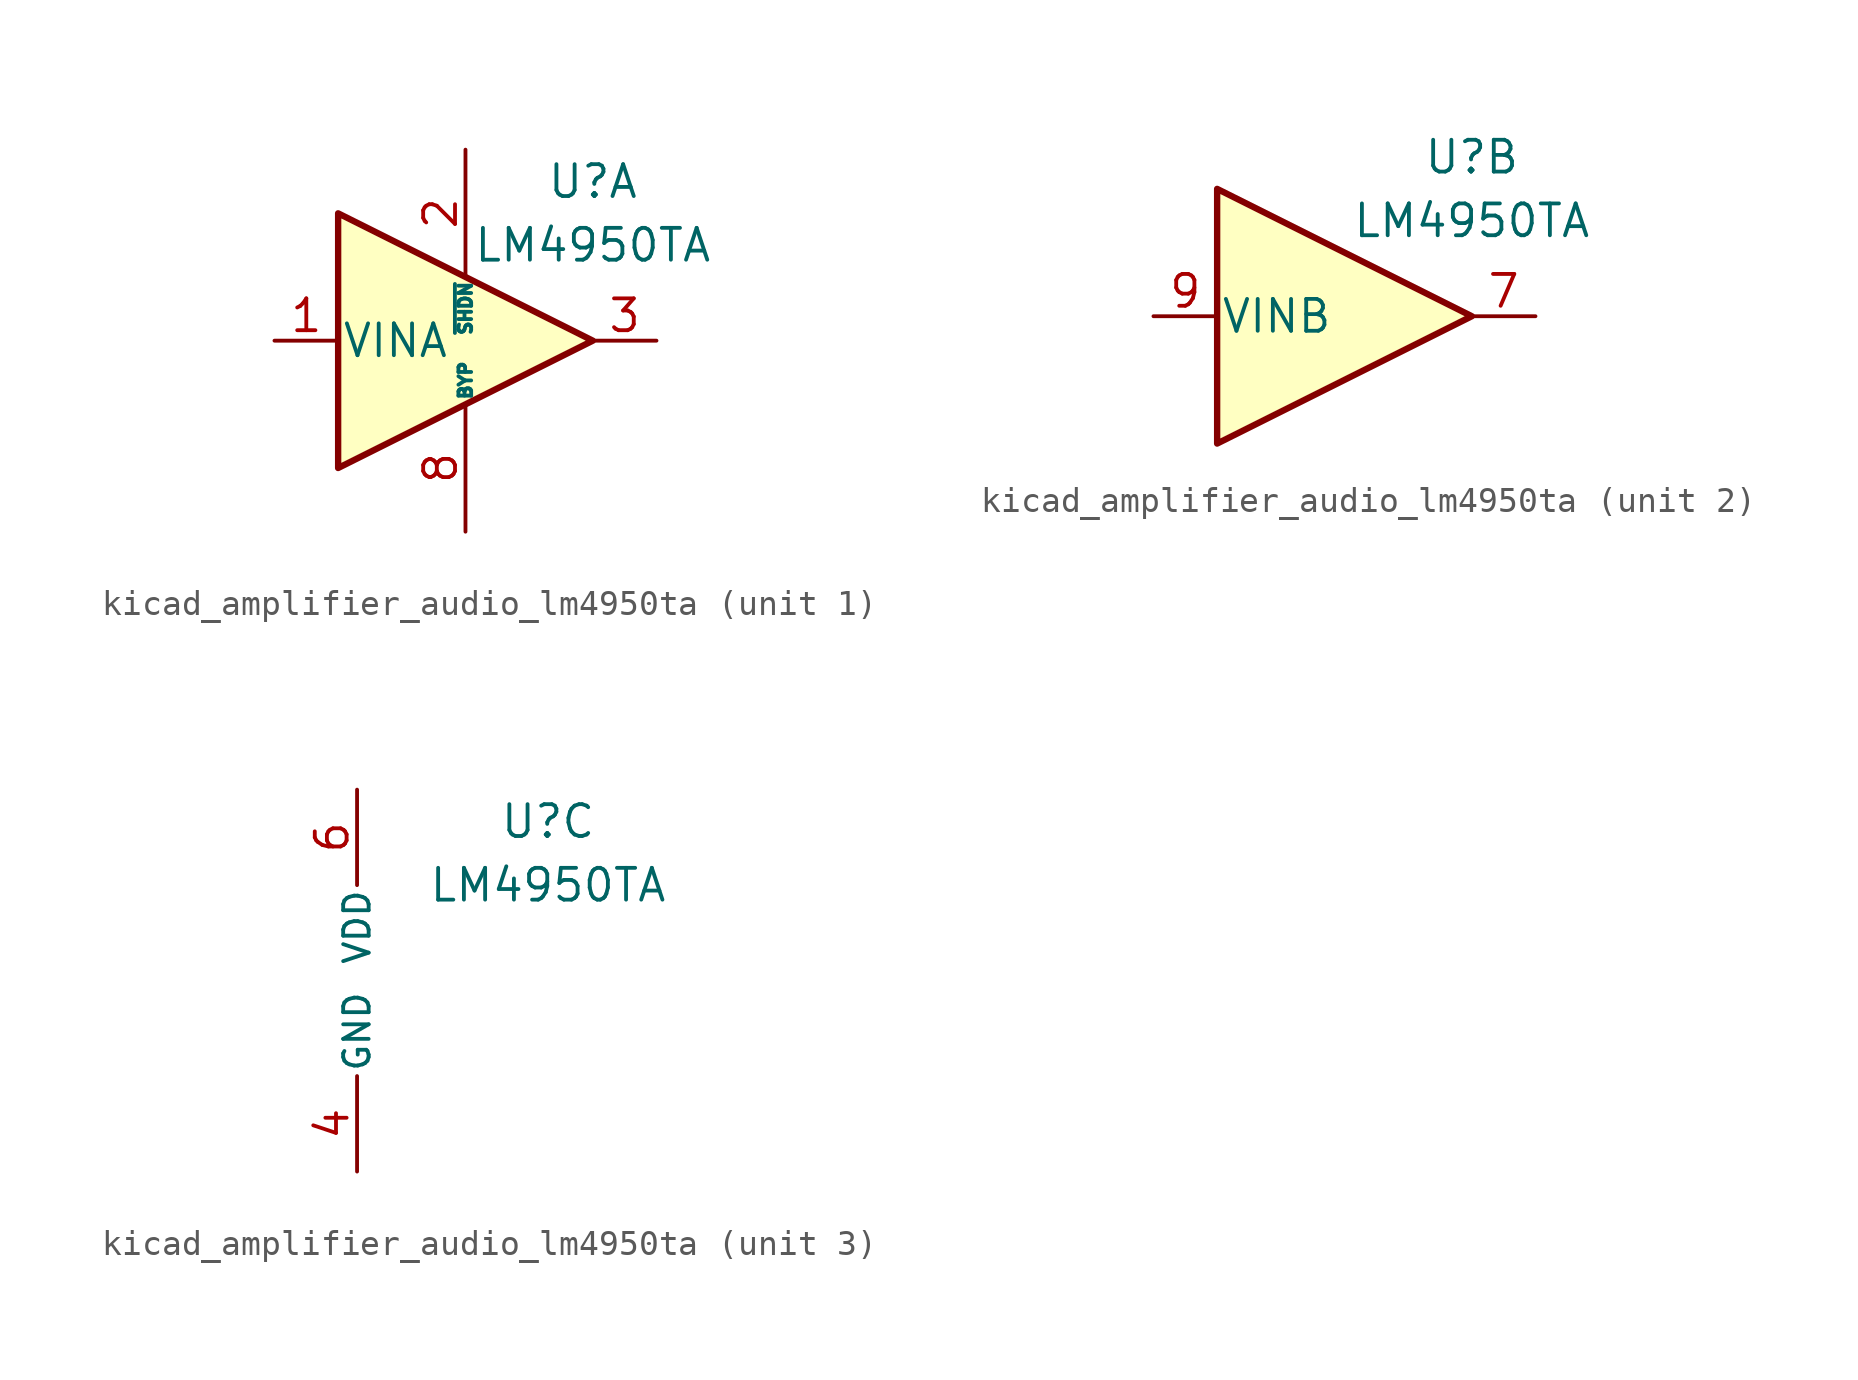
<source format=kicad_sym>
(kicad_symbol_lib
  (version 20220914)
  (generator kicad_symbol_editor)
  (symbol "kicad_amplifier_audio_lm4950ta"
    (pin_names
      (offset 0.127))
    (property "Reference" "U"
      (at 5.08 6.35 0)
      (effects (font (size 1.27 1.27))))
    (property "Value" "LM4950TA"
      (at 5.08 3.81 0)
      (effects (font (size 1.27 1.27))))
    (property "ki_locked" ""
      (at 0 0 0)
      (effects (font (size 1.27 1.27))))
    (symbol "kicad_amplifier_audio_lm4950ta_1_1"
      (polyline (pts (xy -5.08 5.08) (xy 5.08 0) (xy -5.08 -5.08) (xy -5.08 5.08)) (stroke (width 0.254) (type default)) (fill (type background)))
      (pin input line (at -7.62 0 0) (length 2.54) (name "VINA" (effects (font (size 1.27 1.27)))) (number "1" (effects (font (size 1.27 1.27)))))
      (pin input line (at 0 7.62 270) (length 5.08) (name "~{SHDN}" (effects (font (size 0.508 0.508)))) (number "2" (effects (font (size 1.27 1.27)))))
      (pin output line (at 7.62 0 180) (length 2.54) (name "~" (effects (font (size 1.27 1.27)))) (number "3" (effects (font (size 1.27 1.27)))))
      (pin passive line (at 0 -7.62 90) (length 5.08) (name "BYP" (effects (font (size 0.508 0.508)))) (number "8" (effects (font (size 1.27 1.27))))))
    (symbol "kicad_amplifier_audio_lm4950ta_2_1"
      (polyline (pts (xy -5.08 5.08) (xy 5.08 0) (xy -5.08 -5.08) (xy -5.08 5.08)) (stroke (width 0.254) (type default)) (fill (type background)))
      (pin output line (at 7.62 0 180) (length 2.54) (name "~" (effects (font (size 1.27 1.27)))) (number "7" (effects (font (size 1.27 1.27)))))
      (pin input line (at -7.62 0 0) (length 2.54) (name "VINB" (effects (font (size 1.27 1.27)))) (number "9" (effects (font (size 1.27 1.27))))))
    (symbol "kicad_amplifier_audio_lm4950ta_3_1"
      (pin power_in line (at -2.54 -7.62 90) (length 3.81) (name "GND" (effects (font (size 1.016 1.016)))) (number "4" (effects (font (size 1.27 1.27)))))
      (pin passive line (at -2.54 -7.62 90) (length 3.81) hide (name "GND" (effects (font (size 1.016 1.016)))) (number "5" (effects (font (size 1.27 1.27)))))
      (pin power_in line (at -2.54 7.62 270) (length 3.81) (name "VDD" (effects (font (size 1.016 1.016)))) (number "6" (effects (font (size 1.27 1.27))))))))
</source>
